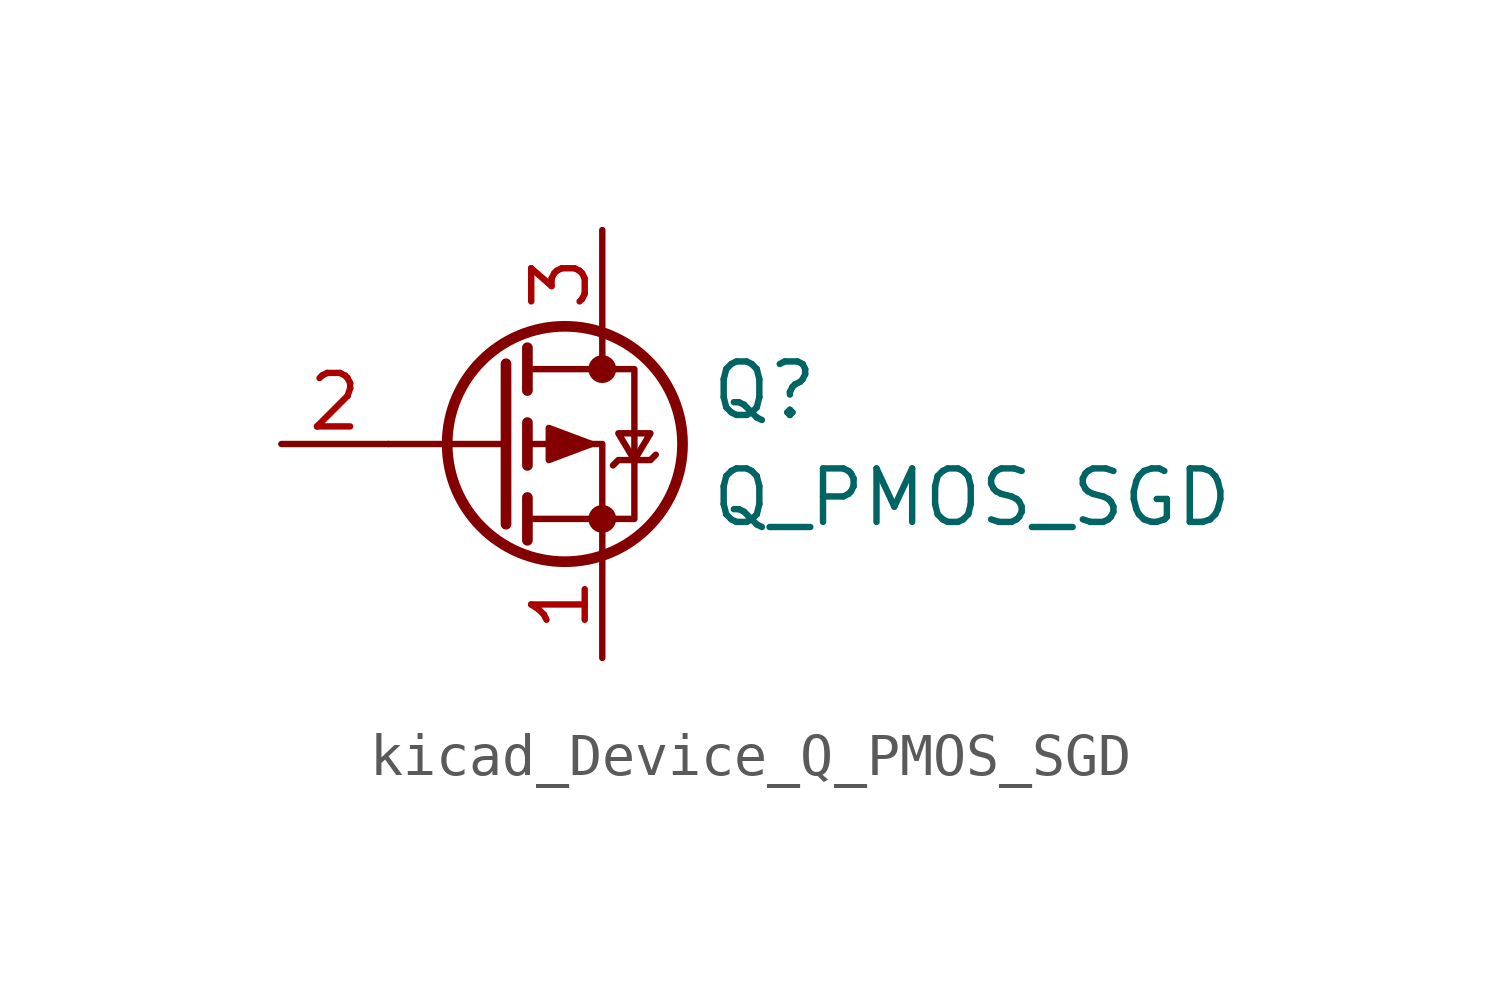
<source format=kicad_sym>
(kicad_symbol_lib
  (version 20220914)
  (generator kicad_symbol_editor)
  (symbol "kicad_Device_Q_PMOS_SGD"
    (pin_names
      (offset 0) hide)
    (property "Reference" "Q"
      (at 5.08 1.27 0)
      (effects (font (size 1.27 1.27)) (justify left)))
    (property "Value" "Q_PMOS_SGD"
      (at 5.08 -1.27 0)
      (effects (font (size 1.27 1.27)) (justify left)))
    (symbol "kicad_Device_Q_PMOS_SGD_0_1"
      (polyline (pts (xy 0.254 0) (xy -2.54 0)) (stroke (width 0) (type default)) (fill (type none)))
      (polyline (pts (xy 0.254 1.905) (xy 0.254 -1.905)) (stroke (width 0.254) (type default)) (fill (type none)))
      (polyline (pts (xy 0.762 -1.27) (xy 0.762 -2.286)) (stroke (width 0.254) (type default)) (fill (type none)))
      (polyline (pts (xy 0.762 0.508) (xy 0.762 -0.508)) (stroke (width 0.254) (type default)) (fill (type none)))
      (polyline (pts (xy 0.762 2.286) (xy 0.762 1.27)) (stroke (width 0.254) (type default)) (fill (type none)))
      (polyline (pts (xy 2.54 2.54) (xy 2.54 1.778)) (stroke (width 0) (type default)) (fill (type none)))
      (polyline (pts (xy 2.54 -2.54) (xy 2.54 0) (xy 0.762 0)) (stroke (width 0) (type default)) (fill (type none)))
      (polyline (pts (xy 0.762 1.778) (xy 3.302 1.778) (xy 3.302 -1.778) (xy 0.762 -1.778)) (stroke (width 0) (type default)) (fill (type none)))
      (polyline (pts (xy 2.286 0) (xy 1.27 0.381) (xy 1.27 -0.381) (xy 2.286 0)) (stroke (width 0) (type default)) (fill (type outline)))
      (polyline (pts (xy 2.794 -0.508) (xy 2.921 -0.381) (xy 3.683 -0.381) (xy 3.81 -0.254)) (stroke (width 0) (type default)) (fill (type none)))
      (polyline (pts (xy 3.302 -0.381) (xy 2.921 0.254) (xy 3.683 0.254) (xy 3.302 -0.381)) (stroke (width 0) (type default)) (fill (type none)))
      (circle (center 1.651 0) (radius 2.794) (stroke (width 0.254) (type default)) (fill (type none)))
      (circle (center 2.54 -1.778) (radius 0.254) (stroke (width 0) (type default)) (fill (type outline)))
      (circle (center 2.54 1.778) (radius 0.254) (stroke (width 0) (type default)) (fill (type outline))))
    (symbol "kicad_Device_Q_PMOS_SGD_1_1"
      (pin passive line (at 2.54 -5.08 90) (length 2.54) (name "S" (effects (font (size 1.27 1.27)))) (number "1" (effects (font (size 1.27 1.27)))))
      (pin input line (at -5.08 0 0) (length 2.54) (name "G" (effects (font (size 1.27 1.27)))) (number "2" (effects (font (size 1.27 1.27)))))
      (pin passive line (at 2.54 5.08 270) (length 2.54) (name "D" (effects (font (size 1.27 1.27)))) (number "3" (effects (font (size 1.27 1.27))))))))
</source>
